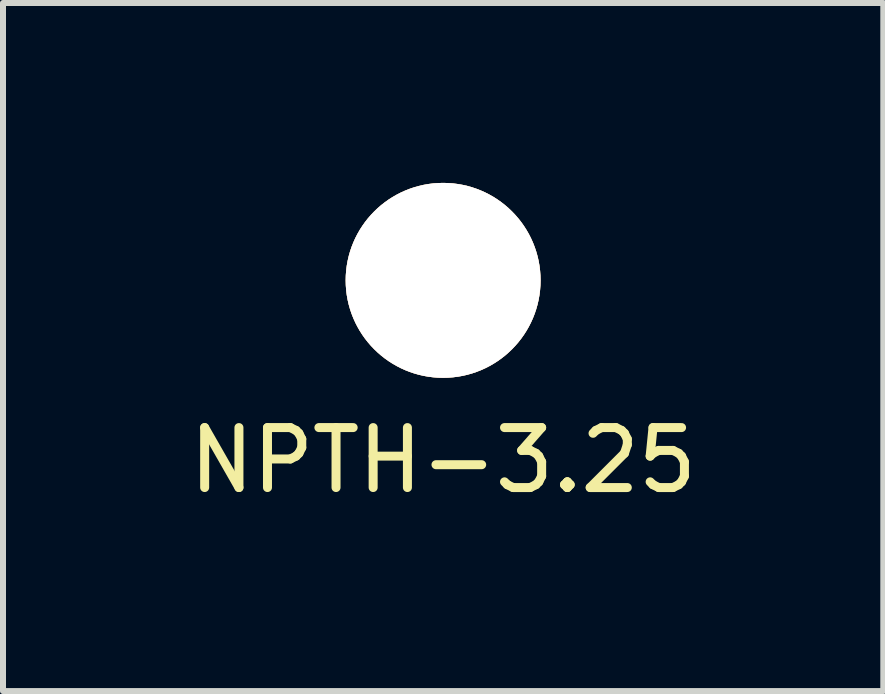
<source format=kicad_pcb>
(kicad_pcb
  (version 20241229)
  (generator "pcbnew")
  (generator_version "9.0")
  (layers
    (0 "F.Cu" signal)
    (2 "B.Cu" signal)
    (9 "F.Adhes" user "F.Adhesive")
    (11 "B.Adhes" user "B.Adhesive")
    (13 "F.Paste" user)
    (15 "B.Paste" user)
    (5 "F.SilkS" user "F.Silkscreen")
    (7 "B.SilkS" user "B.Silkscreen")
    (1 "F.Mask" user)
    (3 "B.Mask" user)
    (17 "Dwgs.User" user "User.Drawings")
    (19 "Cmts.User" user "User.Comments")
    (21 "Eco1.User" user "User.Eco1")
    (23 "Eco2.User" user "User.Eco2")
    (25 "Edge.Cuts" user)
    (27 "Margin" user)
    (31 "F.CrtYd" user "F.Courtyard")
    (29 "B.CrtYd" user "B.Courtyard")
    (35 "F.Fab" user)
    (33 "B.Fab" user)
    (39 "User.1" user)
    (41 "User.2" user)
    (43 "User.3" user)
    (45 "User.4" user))
  (footprint "NPTH-3.25"
    (layer "F.Cu")
    (at 4.339 1.625)
    (property "Reference" "NPTH-3.25" (at 0 3 0) (layer "F.SilkS") (effects (font (size 1 1) (thickness 0.15))))
    (attr through_hole)
    (pad "" np_thru_hole circle (at 0 0) (size 3.25 3.25) (drill 3.25) (layers "*.Cu" "*.SilkS" "*.Mask")))
  (gr_rect
    (start -3 -3)
    (end 11.679 8.473)
    (stroke (width 0.1) (type default))
    (fill no)
    (layer "Edge.Cuts")))
</source>
